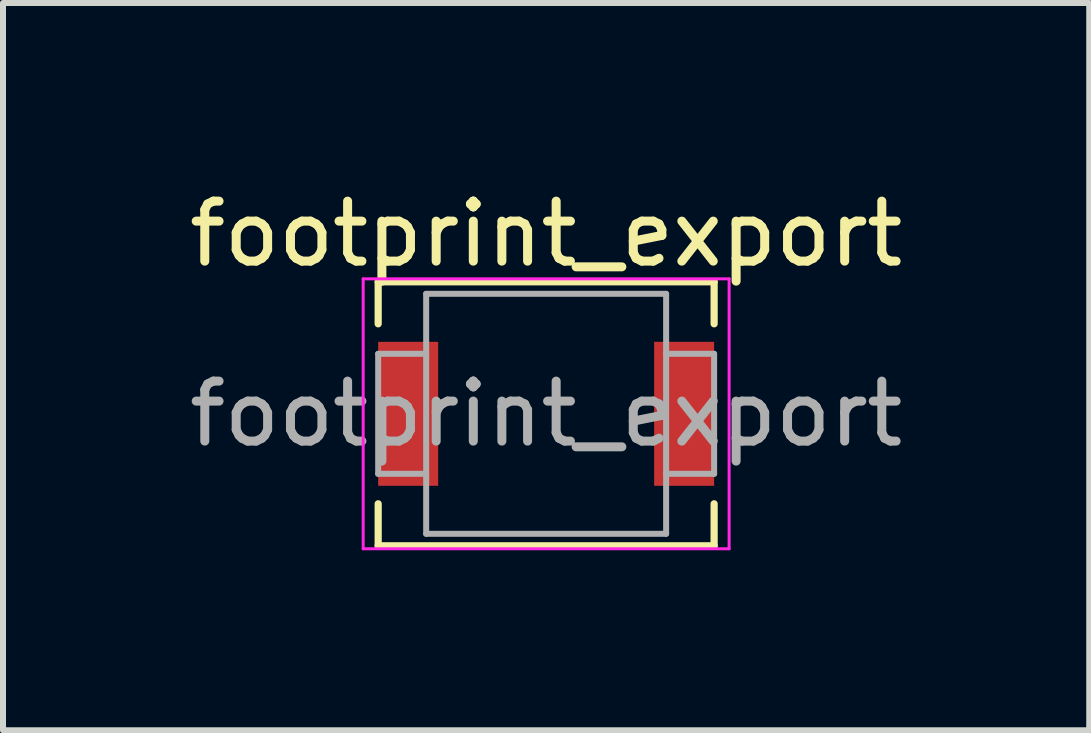
<source format=kicad_pcb>
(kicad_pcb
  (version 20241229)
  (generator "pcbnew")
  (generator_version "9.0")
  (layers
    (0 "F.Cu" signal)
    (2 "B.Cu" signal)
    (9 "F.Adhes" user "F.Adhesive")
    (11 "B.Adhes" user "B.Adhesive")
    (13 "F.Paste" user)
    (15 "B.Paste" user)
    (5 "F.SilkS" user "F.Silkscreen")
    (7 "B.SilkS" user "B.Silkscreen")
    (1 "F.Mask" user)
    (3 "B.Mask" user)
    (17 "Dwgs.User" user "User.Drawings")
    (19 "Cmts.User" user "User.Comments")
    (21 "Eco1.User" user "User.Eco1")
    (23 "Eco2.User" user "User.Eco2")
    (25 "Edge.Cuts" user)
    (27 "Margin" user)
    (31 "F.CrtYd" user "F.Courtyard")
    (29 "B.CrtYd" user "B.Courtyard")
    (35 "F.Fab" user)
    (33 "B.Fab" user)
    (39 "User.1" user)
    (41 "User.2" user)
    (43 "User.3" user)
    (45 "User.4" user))
  (footprint "footprint_export"
    (layer "F.Cu")
    (at 6.054 3.848)
    (property "Reference" "footprint_export" (at 0 -3 0) (layer "F.SilkS") (effects (font (size 1 1) (thickness 0.15))))
    (attr smd)
    (fp_line (start -2.8 -2.2) (end -2.8 -1.5) (stroke (width 0.12) (type solid)) (layer "F.SilkS"))
    (fp_line (start -2.8 2.2) (end -2.8 1.5) (stroke (width 0.12) (type solid)) (layer "F.SilkS"))
    (fp_line (start 2.8 -2.2) (end -2.8 -2.2) (stroke (width 0.12) (type solid)) (layer "F.SilkS"))
    (fp_line (start 2.8 -2.2) (end 2.8 -1.5) (stroke (width 0.12) (type solid)) (layer "F.SilkS"))
    (fp_line (start 2.8 1.5) (end 2.8 2.2) (stroke (width 0.12) (type solid)) (layer "F.SilkS"))
    (fp_line (start 2.8 2.2) (end -2.8 2.2) (stroke (width 0.12) (type solid)) (layer "F.SilkS"))
    (fp_line (start -3.05 -2.25) (end -3.05 2.25) (stroke (width 0.05) (type solid)) (layer "F.CrtYd"))
    (fp_line (start -3.05 -2.25) (end 3.05 -2.25) (stroke (width 0.05) (type solid)) (layer "F.CrtYd"))
    (fp_line (start 3.05 2.25) (end -3.05 2.25) (stroke (width 0.05) (type solid)) (layer "F.CrtYd"))
    (fp_line (start 3.05 2.25) (end 3.05 -2.25) (stroke (width 0.05) (type solid)) (layer "F.CrtYd"))
    (fp_line (start -2.8 -1) (end -2 -1) (stroke (width 0.1) (type solid)) (layer "F.Fab"))
    (fp_line (start -2.8 1) (end -2.8 -1) (stroke (width 0.1) (type solid)) (layer "F.Fab"))
    (fp_line (start -2 -2) (end 2 -2) (stroke (width 0.1) (type solid)) (layer "F.Fab"))
    (fp_line (start -2 1) (end -2.8 1) (stroke (width 0.1) (type solid)) (layer "F.Fab"))
    (fp_line (start -2 2) (end -2 -2) (stroke (width 0.1) (type solid)) (layer "F.Fab"))
    (fp_line (start 2 -2) (end 2 2) (stroke (width 0.1) (type solid)) (layer "F.Fab"))
    (fp_line (start 2 -1) (end 2.8 -1) (stroke (width 0.1) (type solid)) (layer "F.Fab"))
    (fp_line (start 2 2) (end -2 2) (stroke (width 0.1) (type solid)) (layer "F.Fab"))
    (fp_line (start 2.8 -1) (end 2.8 1) (stroke (width 0.1) (type solid)) (layer "F.Fab"))
    (fp_line (start 2.8 1) (end 2 1) (stroke (width 0.1) (type solid)) (layer "F.Fab"))
    (fp_text user "${REFERENCE}" (at 0 0 0) (layer "F.Fab") (effects (font (size 1 1) (thickness 0.15))))
    (pad "1" smd rect (at -2.3 0) (size 1 2.4) (layers "F.Cu" "F.Mask" "F.Paste"))
    (pad "2" smd rect (at 2.3 0) (size 1 2.4) (layers "F.Cu" "F.Mask" "F.Paste")))
  (gr_rect
    (start -3 -3)
    (end 15.107 9.123)
    (stroke (width 0.1) (type default))
    (fill no)
    (layer "Edge.Cuts")))
</source>
